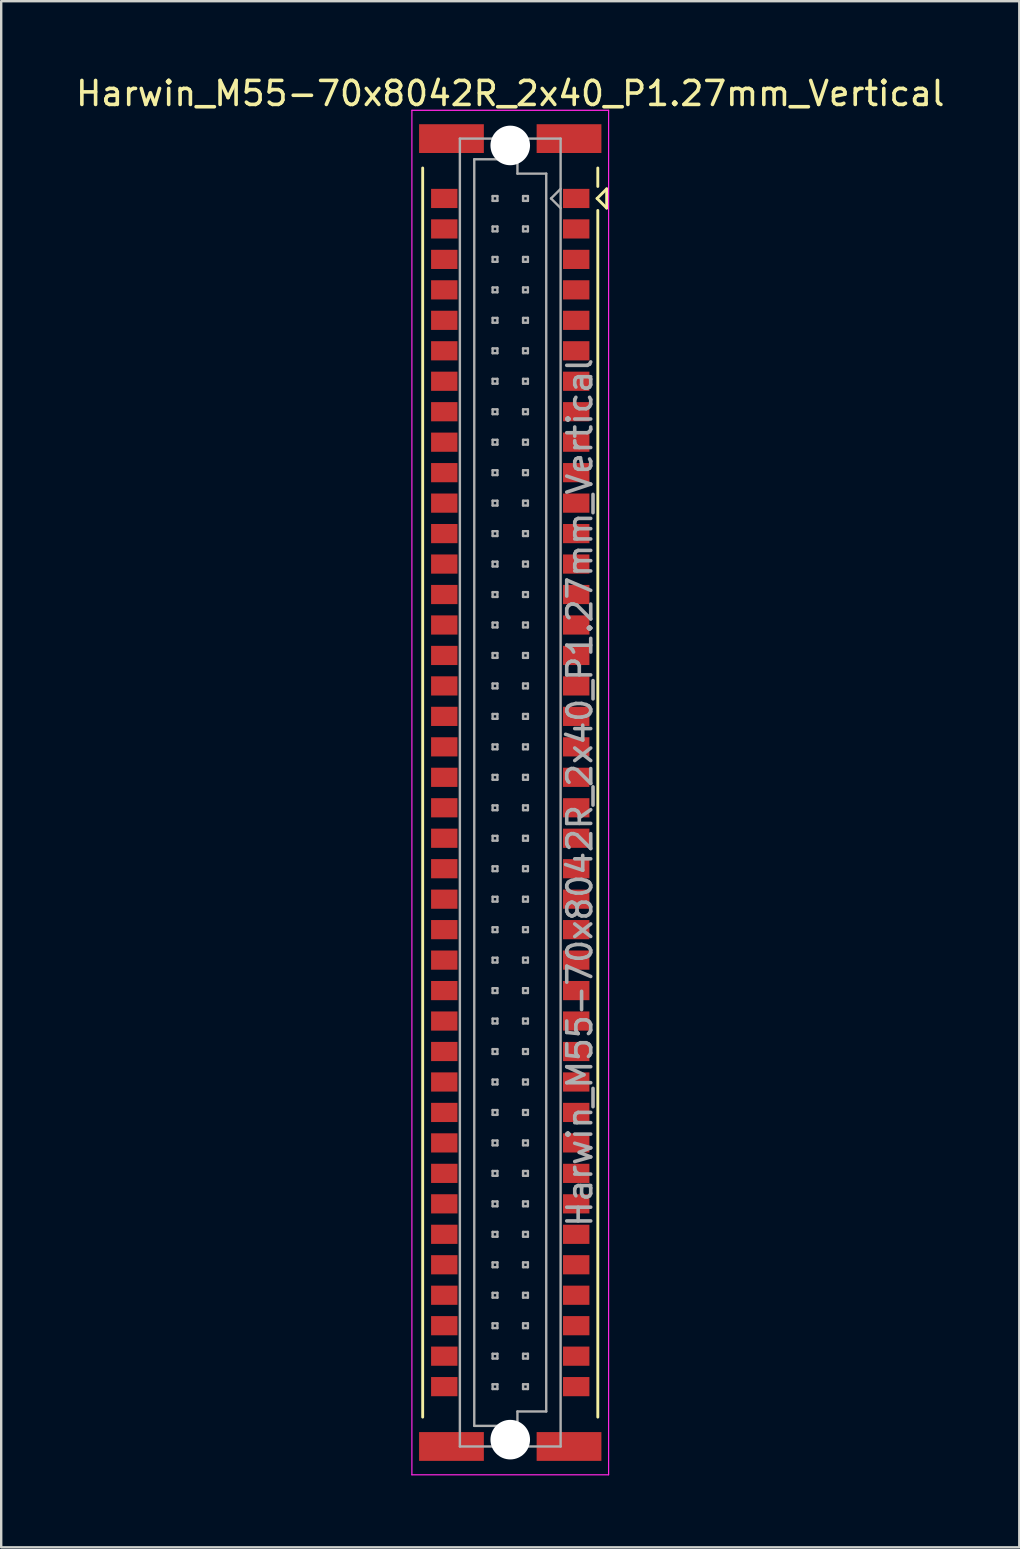
<source format=kicad_pcb>
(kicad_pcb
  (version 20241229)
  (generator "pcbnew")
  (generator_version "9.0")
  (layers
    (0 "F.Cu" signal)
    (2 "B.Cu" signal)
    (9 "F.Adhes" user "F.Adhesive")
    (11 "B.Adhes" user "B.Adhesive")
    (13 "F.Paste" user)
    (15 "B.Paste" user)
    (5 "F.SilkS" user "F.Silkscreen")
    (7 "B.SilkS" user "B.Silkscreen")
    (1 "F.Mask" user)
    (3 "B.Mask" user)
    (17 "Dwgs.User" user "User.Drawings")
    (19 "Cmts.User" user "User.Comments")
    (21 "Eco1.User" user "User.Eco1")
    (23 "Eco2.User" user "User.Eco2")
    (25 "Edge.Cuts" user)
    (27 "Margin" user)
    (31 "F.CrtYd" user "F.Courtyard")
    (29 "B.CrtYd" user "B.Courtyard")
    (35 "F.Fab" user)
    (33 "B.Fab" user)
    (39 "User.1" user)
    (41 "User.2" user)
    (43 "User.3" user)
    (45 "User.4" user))
  (footprint "Harwin_M55-70x8042R_2x40_P1.27mm_Vertical"
    (layer "F.Cu")
    (at 18.22 29.988)
    (property "Reference" "Harwin_M55-70x8042R_2x40_P1.27mm_Vertical" (at 0 -29.14 0) (layer "F.SilkS") (effects (font (size 1 1) (thickness 0.15))))
    (attr smd)
    (fp_line (start -3.65 26.035) (end -3.65 -26.035) (stroke (width 0.12) (type solid)) (layer "F.SilkS"))
    (fp_line (start 3.62 -24.765) (end 4.02 -25.165) (stroke (width 0.12) (type solid)) (layer "F.SilkS"))
    (fp_line (start 3.65 -25.265) (end 3.65 -26.035) (stroke (width 0.12) (type solid)) (layer "F.SilkS"))
    (fp_line (start 3.65 -24.265) (end 3.65 26.035) (stroke (width 0.12) (type solid)) (layer "F.SilkS"))
    (fp_line (start 4.02 -25.165) (end 4.02 -24.365) (stroke (width 0.12) (type solid)) (layer "F.SilkS"))
    (fp_line (start 4.02 -24.365) (end 3.62 -24.765) (stroke (width 0.12) (type solid)) (layer "F.SilkS"))
    (fp_line (start -4.1 -28.44) (end 4.1 -28.44) (stroke (width 0.05) (type solid)) (layer "F.CrtYd"))
    (fp_line (start -4.1 28.44) (end -4.1 -28.44) (stroke (width 0.05) (type solid)) (layer "F.CrtYd"))
    (fp_line (start 4.1 -28.44) (end 4.1 28.44) (stroke (width 0.05) (type solid)) (layer "F.CrtYd"))
    (fp_line (start 4.1 28.44) (end -4.1 28.44) (stroke (width 0.05) (type solid)) (layer "F.CrtYd"))
    (fp_line (start -2.1 -27.26) (end -2.1 27.26) (stroke (width 0.1) (type solid)) (layer "F.Fab"))
    (fp_line (start -2.1 27.26) (end 2.1 27.26) (stroke (width 0.1) (type solid)) (layer "F.Fab"))
    (fp_line (start -1.5 -26.4) (end -1.5 26.4) (stroke (width 0.1) (type solid)) (layer "F.Fab"))
    (fp_line (start -1.5 26.4) (end 0.3 26.4) (stroke (width 0.1) (type solid)) (layer "F.Fab"))
    (fp_line (start -0.735 -24.865) (end -0.735 -24.665) (stroke (width 0.1) (type solid)) (layer "F.Fab"))
    (fp_line (start -0.735 -24.665) (end -0.535 -24.665) (stroke (width 0.1) (type solid)) (layer "F.Fab"))
    (fp_line (start -0.735 -23.595) (end -0.735 -23.395) (stroke (width 0.1) (type solid)) (layer "F.Fab"))
    (fp_line (start -0.735 -23.395) (end -0.535 -23.395) (stroke (width 0.1) (type solid)) (layer "F.Fab"))
    (fp_line (start -0.735 -22.325) (end -0.735 -22.125) (stroke (width 0.1) (type solid)) (layer "F.Fab"))
    (fp_line (start -0.735 -22.125) (end -0.535 -22.125) (stroke (width 0.1) (type solid)) (layer "F.Fab"))
    (fp_line (start -0.735 -21.055) (end -0.735 -20.855) (stroke (width 0.1) (type solid)) (layer "F.Fab"))
    (fp_line (start -0.735 -20.855) (end -0.535 -20.855) (stroke (width 0.1) (type solid)) (layer "F.Fab"))
    (fp_line (start -0.735 -19.785) (end -0.735 -19.585) (stroke (width 0.1) (type solid)) (layer "F.Fab"))
    (fp_line (start -0.735 -19.585) (end -0.535 -19.585) (stroke (width 0.1) (type solid)) (layer "F.Fab"))
    (fp_line (start -0.735 -18.515) (end -0.735 -18.315) (stroke (width 0.1) (type solid)) (layer "F.Fab"))
    (fp_line (start -0.735 -18.315) (end -0.535 -18.315) (stroke (width 0.1) (type solid)) (layer "F.Fab"))
    (fp_line (start -0.735 -17.245) (end -0.735 -17.045) (stroke (width 0.1) (type solid)) (layer "F.Fab"))
    (fp_line (start -0.735 -17.045) (end -0.535 -17.045) (stroke (width 0.1) (type solid)) (layer "F.Fab"))
    (fp_line (start -0.735 -15.975) (end -0.735 -15.775) (stroke (width 0.1) (type solid)) (layer "F.Fab"))
    (fp_line (start -0.735 -15.775) (end -0.535 -15.775) (stroke (width 0.1) (type solid)) (layer "F.Fab"))
    (fp_line (start -0.735 -14.705) (end -0.735 -14.505) (stroke (width 0.1) (type solid)) (layer "F.Fab"))
    (fp_line (start -0.735 -14.505) (end -0.535 -14.505) (stroke (width 0.1) (type solid)) (layer "F.Fab"))
    (fp_line (start -0.735 -13.435) (end -0.735 -13.235) (stroke (width 0.1) (type solid)) (layer "F.Fab"))
    (fp_line (start -0.735 -13.235) (end -0.535 -13.235) (stroke (width 0.1) (type solid)) (layer "F.Fab"))
    (fp_line (start -0.735 -12.165) (end -0.735 -11.965) (stroke (width 0.1) (type solid)) (layer "F.Fab"))
    (fp_line (start -0.735 -11.965) (end -0.535 -11.965) (stroke (width 0.1) (type solid)) (layer "F.Fab"))
    (fp_line (start -0.735 -10.895) (end -0.735 -10.695) (stroke (width 0.1) (type solid)) (layer "F.Fab"))
    (fp_line (start -0.735 -10.695) (end -0.535 -10.695) (stroke (width 0.1) (type solid)) (layer "F.Fab"))
    (fp_line (start -0.735 -9.625) (end -0.735 -9.425) (stroke (width 0.1) (type solid)) (layer "F.Fab"))
    (fp_line (start -0.735 -9.425) (end -0.535 -9.425) (stroke (width 0.1) (type solid)) (layer "F.Fab"))
    (fp_line (start -0.735 -8.355) (end -0.735 -8.155) (stroke (width 0.1) (type solid)) (layer "F.Fab"))
    (fp_line (start -0.735 -8.155) (end -0.535 -8.155) (stroke (width 0.1) (type solid)) (layer "F.Fab"))
    (fp_line (start -0.735 -7.085) (end -0.735 -6.885) (stroke (width 0.1) (type solid)) (layer "F.Fab"))
    (fp_line (start -0.735 -6.885) (end -0.535 -6.885) (stroke (width 0.1) (type solid)) (layer "F.Fab"))
    (fp_line (start -0.735 -5.815) (end -0.735 -5.615) (stroke (width 0.1) (type solid)) (layer "F.Fab"))
    (fp_line (start -0.735 -5.615) (end -0.535 -5.615) (stroke (width 0.1) (type solid)) (layer "F.Fab"))
    (fp_line (start -0.735 -4.545) (end -0.735 -4.345) (stroke (width 0.1) (type solid)) (layer "F.Fab"))
    (fp_line (start -0.735 -4.345) (end -0.535 -4.345) (stroke (width 0.1) (type solid)) (layer "F.Fab"))
    (fp_line (start -0.735 -3.275) (end -0.735 -3.075) (stroke (width 0.1) (type solid)) (layer "F.Fab"))
    (fp_line (start -0.735 -3.075) (end -0.535 -3.075) (stroke (width 0.1) (type solid)) (layer "F.Fab"))
    (fp_line (start -0.735 -2.005) (end -0.735 -1.805) (stroke (width 0.1) (type solid)) (layer "F.Fab"))
    (fp_line (start -0.735 -1.805) (end -0.535 -1.805) (stroke (width 0.1) (type solid)) (layer "F.Fab"))
    (fp_line (start -0.735 -0.735) (end -0.735 -0.535) (stroke (width 0.1) (type solid)) (layer "F.Fab"))
    (fp_line (start -0.735 -0.535) (end -0.535 -0.535) (stroke (width 0.1) (type solid)) (layer "F.Fab"))
    (fp_line (start -0.735 0.535) (end -0.735 0.735) (stroke (width 0.1) (type solid)) (layer "F.Fab"))
    (fp_line (start -0.735 0.735) (end -0.535 0.735) (stroke (width 0.1) (type solid)) (layer "F.Fab"))
    (fp_line (start -0.735 1.805) (end -0.735 2.005) (stroke (width 0.1) (type solid)) (layer "F.Fab"))
    (fp_line (start -0.735 2.005) (end -0.535 2.005) (stroke (width 0.1) (type solid)) (layer "F.Fab"))
    (fp_line (start -0.735 3.075) (end -0.735 3.275) (stroke (width 0.1) (type solid)) (layer "F.Fab"))
    (fp_line (start -0.735 3.275) (end -0.535 3.275) (stroke (width 0.1) (type solid)) (layer "F.Fab"))
    (fp_line (start -0.735 4.345) (end -0.735 4.545) (stroke (width 0.1) (type solid)) (layer "F.Fab"))
    (fp_line (start -0.735 4.545) (end -0.535 4.545) (stroke (width 0.1) (type solid)) (layer "F.Fab"))
    (fp_line (start -0.735 5.615) (end -0.735 5.815) (stroke (width 0.1) (type solid)) (layer "F.Fab"))
    (fp_line (start -0.735 5.815) (end -0.535 5.815) (stroke (width 0.1) (type solid)) (layer "F.Fab"))
    (fp_line (start -0.735 6.885) (end -0.735 7.085) (stroke (width 0.1) (type solid)) (layer "F.Fab"))
    (fp_line (start -0.735 7.085) (end -0.535 7.085) (stroke (width 0.1) (type solid)) (layer "F.Fab"))
    (fp_line (start -0.735 8.155) (end -0.735 8.355) (stroke (width 0.1) (type solid)) (layer "F.Fab"))
    (fp_line (start -0.735 8.355) (end -0.535 8.355) (stroke (width 0.1) (type solid)) (layer "F.Fab"))
    (fp_line (start -0.735 9.425) (end -0.735 9.625) (stroke (width 0.1) (type solid)) (layer "F.Fab"))
    (fp_line (start -0.735 9.625) (end -0.535 9.625) (stroke (width 0.1) (type solid)) (layer "F.Fab"))
    (fp_line (start -0.735 10.695) (end -0.735 10.895) (stroke (width 0.1) (type solid)) (layer "F.Fab"))
    (fp_line (start -0.735 10.895) (end -0.535 10.895) (stroke (width 0.1) (type solid)) (layer "F.Fab"))
    (fp_line (start -0.735 11.965) (end -0.735 12.165) (stroke (width 0.1) (type solid)) (layer "F.Fab"))
    (fp_line (start -0.735 12.165) (end -0.535 12.165) (stroke (width 0.1) (type solid)) (layer "F.Fab"))
    (fp_line (start -0.735 13.235) (end -0.735 13.435) (stroke (width 0.1) (type solid)) (layer "F.Fab"))
    (fp_line (start -0.735 13.435) (end -0.535 13.435) (stroke (width 0.1) (type solid)) (layer "F.Fab"))
    (fp_line (start -0.735 14.505) (end -0.735 14.705) (stroke (width 0.1) (type solid)) (layer "F.Fab"))
    (fp_line (start -0.735 14.705) (end -0.535 14.705) (stroke (width 0.1) (type solid)) (layer "F.Fab"))
    (fp_line (start -0.735 15.775) (end -0.735 15.975) (stroke (width 0.1) (type solid)) (layer "F.Fab"))
    (fp_line (start -0.735 15.975) (end -0.535 15.975) (stroke (width 0.1) (type solid)) (layer "F.Fab"))
    (fp_line (start -0.735 17.045) (end -0.735 17.245) (stroke (width 0.1) (type solid)) (layer "F.Fab"))
    (fp_line (start -0.735 17.245) (end -0.535 17.245) (stroke (width 0.1) (type solid)) (layer "F.Fab"))
    (fp_line (start -0.735 18.315) (end -0.735 18.515) (stroke (width 0.1) (type solid)) (layer "F.Fab"))
    (fp_line (start -0.735 18.515) (end -0.535 18.515) (stroke (width 0.1) (type solid)) (layer "F.Fab"))
    (fp_line (start -0.735 19.585) (end -0.735 19.785) (stroke (width 0.1) (type solid)) (layer "F.Fab"))
    (fp_line (start -0.735 19.785) (end -0.535 19.785) (stroke (width 0.1) (type solid)) (layer "F.Fab"))
    (fp_line (start -0.735 20.855) (end -0.735 21.055) (stroke (width 0.1) (type solid)) (layer "F.Fab"))
    (fp_line (start -0.735 21.055) (end -0.535 21.055) (stroke (width 0.1) (type solid)) (layer "F.Fab"))
    (fp_line (start -0.735 22.125) (end -0.735 22.325) (stroke (width 0.1) (type solid)) (layer "F.Fab"))
    (fp_line (start -0.735 22.325) (end -0.535 22.325) (stroke (width 0.1) (type solid)) (layer "F.Fab"))
    (fp_line (start -0.735 23.395) (end -0.735 23.595) (stroke (width 0.1) (type solid)) (layer "F.Fab"))
    (fp_line (start -0.735 23.595) (end -0.535 23.595) (stroke (width 0.1) (type solid)) (layer "F.Fab"))
    (fp_line (start -0.735 24.665) (end -0.735 24.865) (stroke (width 0.1) (type solid)) (layer "F.Fab"))
    (fp_line (start -0.735 24.865) (end -0.535 24.865) (stroke (width 0.1) (type solid)) (layer "F.Fab"))
    (fp_line (start -0.535 -24.865) (end -0.735 -24.865) (stroke (width 0.1) (type solid)) (layer "F.Fab"))
    (fp_line (start -0.535 -24.665) (end -0.535 -24.865) (stroke (width 0.1) (type solid)) (layer "F.Fab"))
    (fp_line (start -0.535 -23.595) (end -0.735 -23.595) (stroke (width 0.1) (type solid)) (layer "F.Fab"))
    (fp_line (start -0.535 -23.395) (end -0.535 -23.595) (stroke (width 0.1) (type solid)) (layer "F.Fab"))
    (fp_line (start -0.535 -22.325) (end -0.735 -22.325) (stroke (width 0.1) (type solid)) (layer "F.Fab"))
    (fp_line (start -0.535 -22.125) (end -0.535 -22.325) (stroke (width 0.1) (type solid)) (layer "F.Fab"))
    (fp_line (start -0.535 -21.055) (end -0.735 -21.055) (stroke (width 0.1) (type solid)) (layer "F.Fab"))
    (fp_line (start -0.535 -20.855) (end -0.535 -21.055) (stroke (width 0.1) (type solid)) (layer "F.Fab"))
    (fp_line (start -0.535 -19.785) (end -0.735 -19.785) (stroke (width 0.1) (type solid)) (layer "F.Fab"))
    (fp_line (start -0.535 -19.585) (end -0.535 -19.785) (stroke (width 0.1) (type solid)) (layer "F.Fab"))
    (fp_line (start -0.535 -18.515) (end -0.735 -18.515) (stroke (width 0.1) (type solid)) (layer "F.Fab"))
    (fp_line (start -0.535 -18.315) (end -0.535 -18.515) (stroke (width 0.1) (type solid)) (layer "F.Fab"))
    (fp_line (start -0.535 -17.245) (end -0.735 -17.245) (stroke (width 0.1) (type solid)) (layer "F.Fab"))
    (fp_line (start -0.535 -17.045) (end -0.535 -17.245) (stroke (width 0.1) (type solid)) (layer "F.Fab"))
    (fp_line (start -0.535 -15.975) (end -0.735 -15.975) (stroke (width 0.1) (type solid)) (layer "F.Fab"))
    (fp_line (start -0.535 -15.775) (end -0.535 -15.975) (stroke (width 0.1) (type solid)) (layer "F.Fab"))
    (fp_line (start -0.535 -14.705) (end -0.735 -14.705) (stroke (width 0.1) (type solid)) (layer "F.Fab"))
    (fp_line (start -0.535 -14.505) (end -0.535 -14.705) (stroke (width 0.1) (type solid)) (layer "F.Fab"))
    (fp_line (start -0.535 -13.435) (end -0.735 -13.435) (stroke (width 0.1) (type solid)) (layer "F.Fab"))
    (fp_line (start -0.535 -13.235) (end -0.535 -13.435) (stroke (width 0.1) (type solid)) (layer "F.Fab"))
    (fp_line (start -0.535 -12.165) (end -0.735 -12.165) (stroke (width 0.1) (type solid)) (layer "F.Fab"))
    (fp_line (start -0.535 -11.965) (end -0.535 -12.165) (stroke (width 0.1) (type solid)) (layer "F.Fab"))
    (fp_line (start -0.535 -10.895) (end -0.735 -10.895) (stroke (width 0.1) (type solid)) (layer "F.Fab"))
    (fp_line (start -0.535 -10.695) (end -0.535 -10.895) (stroke (width 0.1) (type solid)) (layer "F.Fab"))
    (fp_line (start -0.535 -9.625) (end -0.735 -9.625) (stroke (width 0.1) (type solid)) (layer "F.Fab"))
    (fp_line (start -0.535 -9.425) (end -0.535 -9.625) (stroke (width 0.1) (type solid)) (layer "F.Fab"))
    (fp_line (start -0.535 -8.355) (end -0.735 -8.355) (stroke (width 0.1) (type solid)) (layer "F.Fab"))
    (fp_line (start -0.535 -8.155) (end -0.535 -8.355) (stroke (width 0.1) (type solid)) (layer "F.Fab"))
    (fp_line (start -0.535 -7.085) (end -0.735 -7.085) (stroke (width 0.1) (type solid)) (layer "F.Fab"))
    (fp_line (start -0.535 -6.885) (end -0.535 -7.085) (stroke (width 0.1) (type solid)) (layer "F.Fab"))
    (fp_line (start -0.535 -5.815) (end -0.735 -5.815) (stroke (width 0.1) (type solid)) (layer "F.Fab"))
    (fp_line (start -0.535 -5.615) (end -0.535 -5.815) (stroke (width 0.1) (type solid)) (layer "F.Fab"))
    (fp_line (start -0.535 -4.545) (end -0.735 -4.545) (stroke (width 0.1) (type solid)) (layer "F.Fab"))
    (fp_line (start -0.535 -4.345) (end -0.535 -4.545) (stroke (width 0.1) (type solid)) (layer "F.Fab"))
    (fp_line (start -0.535 -3.275) (end -0.735 -3.275) (stroke (width 0.1) (type solid)) (layer "F.Fab"))
    (fp_line (start -0.535 -3.075) (end -0.535 -3.275) (stroke (width 0.1) (type solid)) (layer "F.Fab"))
    (fp_line (start -0.535 -2.005) (end -0.735 -2.005) (stroke (width 0.1) (type solid)) (layer "F.Fab"))
    (fp_line (start -0.535 -1.805) (end -0.535 -2.005) (stroke (width 0.1) (type solid)) (layer "F.Fab"))
    (fp_line (start -0.535 -0.735) (end -0.735 -0.735) (stroke (width 0.1) (type solid)) (layer "F.Fab"))
    (fp_line (start -0.535 -0.535) (end -0.535 -0.735) (stroke (width 0.1) (type solid)) (layer "F.Fab"))
    (fp_line (start -0.535 0.535) (end -0.735 0.535) (stroke (width 0.1) (type solid)) (layer "F.Fab"))
    (fp_line (start -0.535 0.735) (end -0.535 0.535) (stroke (width 0.1) (type solid)) (layer "F.Fab"))
    (fp_line (start -0.535 1.805) (end -0.735 1.805) (stroke (width 0.1) (type solid)) (layer "F.Fab"))
    (fp_line (start -0.535 2.005) (end -0.535 1.805) (stroke (width 0.1) (type solid)) (layer "F.Fab"))
    (fp_line (start -0.535 3.075) (end -0.735 3.075) (stroke (width 0.1) (type solid)) (layer "F.Fab"))
    (fp_line (start -0.535 3.275) (end -0.535 3.075) (stroke (width 0.1) (type solid)) (layer "F.Fab"))
    (fp_line (start -0.535 4.345) (end -0.735 4.345) (stroke (width 0.1) (type solid)) (layer "F.Fab"))
    (fp_line (start -0.535 4.545) (end -0.535 4.345) (stroke (width 0.1) (type solid)) (layer "F.Fab"))
    (fp_line (start -0.535 5.615) (end -0.735 5.615) (stroke (width 0.1) (type solid)) (layer "F.Fab"))
    (fp_line (start -0.535 5.815) (end -0.535 5.615) (stroke (width 0.1) (type solid)) (layer "F.Fab"))
    (fp_line (start -0.535 6.885) (end -0.735 6.885) (stroke (width 0.1) (type solid)) (layer "F.Fab"))
    (fp_line (start -0.535 7.085) (end -0.535 6.885) (stroke (width 0.1) (type solid)) (layer "F.Fab"))
    (fp_line (start -0.535 8.155) (end -0.735 8.155) (stroke (width 0.1) (type solid)) (layer "F.Fab"))
    (fp_line (start -0.535 8.355) (end -0.535 8.155) (stroke (width 0.1) (type solid)) (layer "F.Fab"))
    (fp_line (start -0.535 9.425) (end -0.735 9.425) (stroke (width 0.1) (type solid)) (layer "F.Fab"))
    (fp_line (start -0.535 9.625) (end -0.535 9.425) (stroke (width 0.1) (type solid)) (layer "F.Fab"))
    (fp_line (start -0.535 10.695) (end -0.735 10.695) (stroke (width 0.1) (type solid)) (layer "F.Fab"))
    (fp_line (start -0.535 10.895) (end -0.535 10.695) (stroke (width 0.1) (type solid)) (layer "F.Fab"))
    (fp_line (start -0.535 11.965) (end -0.735 11.965) (stroke (width 0.1) (type solid)) (layer "F.Fab"))
    (fp_line (start -0.535 12.165) (end -0.535 11.965) (stroke (width 0.1) (type solid)) (layer "F.Fab"))
    (fp_line (start -0.535 13.235) (end -0.735 13.235) (stroke (width 0.1) (type solid)) (layer "F.Fab"))
    (fp_line (start -0.535 13.435) (end -0.535 13.235) (stroke (width 0.1) (type solid)) (layer "F.Fab"))
    (fp_line (start -0.535 14.505) (end -0.735 14.505) (stroke (width 0.1) (type solid)) (layer "F.Fab"))
    (fp_line (start -0.535 14.705) (end -0.535 14.505) (stroke (width 0.1) (type solid)) (layer "F.Fab"))
    (fp_line (start -0.535 15.775) (end -0.735 15.775) (stroke (width 0.1) (type solid)) (layer "F.Fab"))
    (fp_line (start -0.535 15.975) (end -0.535 15.775) (stroke (width 0.1) (type solid)) (layer "F.Fab"))
    (fp_line (start -0.535 17.045) (end -0.735 17.045) (stroke (width 0.1) (type solid)) (layer "F.Fab"))
    (fp_line (start -0.535 17.245) (end -0.535 17.045) (stroke (width 0.1) (type solid)) (layer "F.Fab"))
    (fp_line (start -0.535 18.315) (end -0.735 18.315) (stroke (width 0.1) (type solid)) (layer "F.Fab"))
    (fp_line (start -0.535 18.515) (end -0.535 18.315) (stroke (width 0.1) (type solid)) (layer "F.Fab"))
    (fp_line (start -0.535 19.585) (end -0.735 19.585) (stroke (width 0.1) (type solid)) (layer "F.Fab"))
    (fp_line (start -0.535 19.785) (end -0.535 19.585) (stroke (width 0.1) (type solid)) (layer "F.Fab"))
    (fp_line (start -0.535 20.855) (end -0.735 20.855) (stroke (width 0.1) (type solid)) (layer "F.Fab"))
    (fp_line (start -0.535 21.055) (end -0.535 20.855) (stroke (width 0.1) (type solid)) (layer "F.Fab"))
    (fp_line (start -0.535 22.125) (end -0.735 22.125) (stroke (width 0.1) (type solid)) (layer "F.Fab"))
    (fp_line (start -0.535 22.325) (end -0.535 22.125) (stroke (width 0.1) (type solid)) (layer "F.Fab"))
    (fp_line (start -0.535 23.395) (end -0.735 23.395) (stroke (width 0.1) (type solid)) (layer "F.Fab"))
    (fp_line (start -0.535 23.595) (end -0.535 23.395) (stroke (width 0.1) (type solid)) (layer "F.Fab"))
    (fp_line (start -0.535 24.665) (end -0.735 24.665) (stroke (width 0.1) (type solid)) (layer "F.Fab"))
    (fp_line (start -0.535 24.865) (end -0.535 24.665) (stroke (width 0.1) (type solid)) (layer "F.Fab"))
    (fp_line (start 0.3 -26.4) (end -1.5 -26.4) (stroke (width 0.1) (type solid)) (layer "F.Fab"))
    (fp_line (start 0.3 -25.8) (end 0.3 -26.4) (stroke (width 0.1) (type solid)) (layer "F.Fab"))
    (fp_line (start 0.3 25.8) (end 1.5 25.8) (stroke (width 0.1) (type solid)) (layer "F.Fab"))
    (fp_line (start 0.3 26.4) (end 0.3 25.8) (stroke (width 0.1) (type solid)) (layer "F.Fab"))
    (fp_line (start 0.535 -24.865) (end 0.535 -24.665) (stroke (width 0.1) (type solid)) (layer "F.Fab"))
    (fp_line (start 0.535 -24.665) (end 0.735 -24.665) (stroke (width 0.1) (type solid)) (layer "F.Fab"))
    (fp_line (start 0.535 -23.595) (end 0.535 -23.395) (stroke (width 0.1) (type solid)) (layer "F.Fab"))
    (fp_line (start 0.535 -23.395) (end 0.735 -23.395) (stroke (width 0.1) (type solid)) (layer "F.Fab"))
    (fp_line (start 0.535 -22.325) (end 0.535 -22.125) (stroke (width 0.1) (type solid)) (layer "F.Fab"))
    (fp_line (start 0.535 -22.125) (end 0.735 -22.125) (stroke (width 0.1) (type solid)) (layer "F.Fab"))
    (fp_line (start 0.535 -21.055) (end 0.535 -20.855) (stroke (width 0.1) (type solid)) (layer "F.Fab"))
    (fp_line (start 0.535 -20.855) (end 0.735 -20.855) (stroke (width 0.1) (type solid)) (layer "F.Fab"))
    (fp_line (start 0.535 -19.785) (end 0.535 -19.585) (stroke (width 0.1) (type solid)) (layer "F.Fab"))
    (fp_line (start 0.535 -19.585) (end 0.735 -19.585) (stroke (width 0.1) (type solid)) (layer "F.Fab"))
    (fp_line (start 0.535 -18.515) (end 0.535 -18.315) (stroke (width 0.1) (type solid)) (layer "F.Fab"))
    (fp_line (start 0.535 -18.315) (end 0.735 -18.315) (stroke (width 0.1) (type solid)) (layer "F.Fab"))
    (fp_line (start 0.535 -17.245) (end 0.535 -17.045) (stroke (width 0.1) (type solid)) (layer "F.Fab"))
    (fp_line (start 0.535 -17.045) (end 0.735 -17.045) (stroke (width 0.1) (type solid)) (layer "F.Fab"))
    (fp_line (start 0.535 -15.975) (end 0.535 -15.775) (stroke (width 0.1) (type solid)) (layer "F.Fab"))
    (fp_line (start 0.535 -15.775) (end 0.735 -15.775) (stroke (width 0.1) (type solid)) (layer "F.Fab"))
    (fp_line (start 0.535 -14.705) (end 0.535 -14.505) (stroke (width 0.1) (type solid)) (layer "F.Fab"))
    (fp_line (start 0.535 -14.505) (end 0.735 -14.505) (stroke (width 0.1) (type solid)) (layer "F.Fab"))
    (fp_line (start 0.535 -13.435) (end 0.535 -13.235) (stroke (width 0.1) (type solid)) (layer "F.Fab"))
    (fp_line (start 0.535 -13.235) (end 0.735 -13.235) (stroke (width 0.1) (type solid)) (layer "F.Fab"))
    (fp_line (start 0.535 -12.165) (end 0.535 -11.965) (stroke (width 0.1) (type solid)) (layer "F.Fab"))
    (fp_line (start 0.535 -11.965) (end 0.735 -11.965) (stroke (width 0.1) (type solid)) (layer "F.Fab"))
    (fp_line (start 0.535 -10.895) (end 0.535 -10.695) (stroke (width 0.1) (type solid)) (layer "F.Fab"))
    (fp_line (start 0.535 -10.695) (end 0.735 -10.695) (stroke (width 0.1) (type solid)) (layer "F.Fab"))
    (fp_line (start 0.535 -9.625) (end 0.535 -9.425) (stroke (width 0.1) (type solid)) (layer "F.Fab"))
    (fp_line (start 0.535 -9.425) (end 0.735 -9.425) (stroke (width 0.1) (type solid)) (layer "F.Fab"))
    (fp_line (start 0.535 -8.355) (end 0.535 -8.155) (stroke (width 0.1) (type solid)) (layer "F.Fab"))
    (fp_line (start 0.535 -8.155) (end 0.735 -8.155) (stroke (width 0.1) (type solid)) (layer "F.Fab"))
    (fp_line (start 0.535 -7.085) (end 0.535 -6.885) (stroke (width 0.1) (type solid)) (layer "F.Fab"))
    (fp_line (start 0.535 -6.885) (end 0.735 -6.885) (stroke (width 0.1) (type solid)) (layer "F.Fab"))
    (fp_line (start 0.535 -5.815) (end 0.535 -5.615) (stroke (width 0.1) (type solid)) (layer "F.Fab"))
    (fp_line (start 0.535 -5.615) (end 0.735 -5.615) (stroke (width 0.1) (type solid)) (layer "F.Fab"))
    (fp_line (start 0.535 -4.545) (end 0.535 -4.345) (stroke (width 0.1) (type solid)) (layer "F.Fab"))
    (fp_line (start 0.535 -4.345) (end 0.735 -4.345) (stroke (width 0.1) (type solid)) (layer "F.Fab"))
    (fp_line (start 0.535 -3.275) (end 0.535 -3.075) (stroke (width 0.1) (type solid)) (layer "F.Fab"))
    (fp_line (start 0.535 -3.075) (end 0.735 -3.075) (stroke (width 0.1) (type solid)) (layer "F.Fab"))
    (fp_line (start 0.535 -2.005) (end 0.535 -1.805) (stroke (width 0.1) (type solid)) (layer "F.Fab"))
    (fp_line (start 0.535 -1.805) (end 0.735 -1.805) (stroke (width 0.1) (type solid)) (layer "F.Fab"))
    (fp_line (start 0.535 -0.735) (end 0.535 -0.535) (stroke (width 0.1) (type solid)) (layer "F.Fab"))
    (fp_line (start 0.535 -0.535) (end 0.735 -0.535) (stroke (width 0.1) (type solid)) (layer "F.Fab"))
    (fp_line (start 0.535 0.535) (end 0.535 0.735) (stroke (width 0.1) (type solid)) (layer "F.Fab"))
    (fp_line (start 0.535 0.735) (end 0.735 0.735) (stroke (width 0.1) (type solid)) (layer "F.Fab"))
    (fp_line (start 0.535 1.805) (end 0.535 2.005) (stroke (width 0.1) (type solid)) (layer "F.Fab"))
    (fp_line (start 0.535 2.005) (end 0.735 2.005) (stroke (width 0.1) (type solid)) (layer "F.Fab"))
    (fp_line (start 0.535 3.075) (end 0.535 3.275) (stroke (width 0.1) (type solid)) (layer "F.Fab"))
    (fp_line (start 0.535 3.275) (end 0.735 3.275) (stroke (width 0.1) (type solid)) (layer "F.Fab"))
    (fp_line (start 0.535 4.345) (end 0.535 4.545) (stroke (width 0.1) (type solid)) (layer "F.Fab"))
    (fp_line (start 0.535 4.545) (end 0.735 4.545) (stroke (width 0.1) (type solid)) (layer "F.Fab"))
    (fp_line (start 0.535 5.615) (end 0.535 5.815) (stroke (width 0.1) (type solid)) (layer "F.Fab"))
    (fp_line (start 0.535 5.815) (end 0.735 5.815) (stroke (width 0.1) (type solid)) (layer "F.Fab"))
    (fp_line (start 0.535 6.885) (end 0.535 7.085) (stroke (width 0.1) (type solid)) (layer "F.Fab"))
    (fp_line (start 0.535 7.085) (end 0.735 7.085) (stroke (width 0.1) (type solid)) (layer "F.Fab"))
    (fp_line (start 0.535 8.155) (end 0.535 8.355) (stroke (width 0.1) (type solid)) (layer "F.Fab"))
    (fp_line (start 0.535 8.355) (end 0.735 8.355) (stroke (width 0.1) (type solid)) (layer "F.Fab"))
    (fp_line (start 0.535 9.425) (end 0.535 9.625) (stroke (width 0.1) (type solid)) (layer "F.Fab"))
    (fp_line (start 0.535 9.625) (end 0.735 9.625) (stroke (width 0.1) (type solid)) (layer "F.Fab"))
    (fp_line (start 0.535 10.695) (end 0.535 10.895) (stroke (width 0.1) (type solid)) (layer "F.Fab"))
    (fp_line (start 0.535 10.895) (end 0.735 10.895) (stroke (width 0.1) (type solid)) (layer "F.Fab"))
    (fp_line (start 0.535 11.965) (end 0.535 12.165) (stroke (width 0.1) (type solid)) (layer "F.Fab"))
    (fp_line (start 0.535 12.165) (end 0.735 12.165) (stroke (width 0.1) (type solid)) (layer "F.Fab"))
    (fp_line (start 0.535 13.235) (end 0.535 13.435) (stroke (width 0.1) (type solid)) (layer "F.Fab"))
    (fp_line (start 0.535 13.435) (end 0.735 13.435) (stroke (width 0.1) (type solid)) (layer "F.Fab"))
    (fp_line (start 0.535 14.505) (end 0.535 14.705) (stroke (width 0.1) (type solid)) (layer "F.Fab"))
    (fp_line (start 0.535 14.705) (end 0.735 14.705) (stroke (width 0.1) (type solid)) (layer "F.Fab"))
    (fp_line (start 0.535 15.775) (end 0.535 15.975) (stroke (width 0.1) (type solid)) (layer "F.Fab"))
    (fp_line (start 0.535 15.975) (end 0.735 15.975) (stroke (width 0.1) (type solid)) (layer "F.Fab"))
    (fp_line (start 0.535 17.045) (end 0.535 17.245) (stroke (width 0.1) (type solid)) (layer "F.Fab"))
    (fp_line (start 0.535 17.245) (end 0.735 17.245) (stroke (width 0.1) (type solid)) (layer "F.Fab"))
    (fp_line (start 0.535 18.315) (end 0.535 18.515) (stroke (width 0.1) (type solid)) (layer "F.Fab"))
    (fp_line (start 0.535 18.515) (end 0.735 18.515) (stroke (width 0.1) (type solid)) (layer "F.Fab"))
    (fp_line (start 0.535 19.585) (end 0.535 19.785) (stroke (width 0.1) (type solid)) (layer "F.Fab"))
    (fp_line (start 0.535 19.785) (end 0.735 19.785) (stroke (width 0.1) (type solid)) (layer "F.Fab"))
    (fp_line (start 0.535 20.855) (end 0.535 21.055) (stroke (width 0.1) (type solid)) (layer "F.Fab"))
    (fp_line (start 0.535 21.055) (end 0.735 21.055) (stroke (width 0.1) (type solid)) (layer "F.Fab"))
    (fp_line (start 0.535 22.125) (end 0.535 22.325) (stroke (width 0.1) (type solid)) (layer "F.Fab"))
    (fp_line (start 0.535 22.325) (end 0.735 22.325) (stroke (width 0.1) (type solid)) (layer "F.Fab"))
    (fp_line (start 0.535 23.395) (end 0.535 23.595) (stroke (width 0.1) (type solid)) (layer "F.Fab"))
    (fp_line (start 0.535 23.595) (end 0.735 23.595) (stroke (width 0.1) (type solid)) (layer "F.Fab"))
    (fp_line (start 0.535 24.665) (end 0.535 24.865) (stroke (width 0.1) (type solid)) (layer "F.Fab"))
    (fp_line (start 0.535 24.865) (end 0.735 24.865) (stroke (width 0.1) (type solid)) (layer "F.Fab"))
    (fp_line (start 0.735 -24.865) (end 0.535 -24.865) (stroke (width 0.1) (type solid)) (layer "F.Fab"))
    (fp_line (start 0.735 -24.665) (end 0.735 -24.865) (stroke (width 0.1) (type solid)) (layer "F.Fab"))
    (fp_line (start 0.735 -23.595) (end 0.535 -23.595) (stroke (width 0.1) (type solid)) (layer "F.Fab"))
    (fp_line (start 0.735 -23.395) (end 0.735 -23.595) (stroke (width 0.1) (type solid)) (layer "F.Fab"))
    (fp_line (start 0.735 -22.325) (end 0.535 -22.325) (stroke (width 0.1) (type solid)) (layer "F.Fab"))
    (fp_line (start 0.735 -22.125) (end 0.735 -22.325) (stroke (width 0.1) (type solid)) (layer "F.Fab"))
    (fp_line (start 0.735 -21.055) (end 0.535 -21.055) (stroke (width 0.1) (type solid)) (layer "F.Fab"))
    (fp_line (start 0.735 -20.855) (end 0.735 -21.055) (stroke (width 0.1) (type solid)) (layer "F.Fab"))
    (fp_line (start 0.735 -19.785) (end 0.535 -19.785) (stroke (width 0.1) (type solid)) (layer "F.Fab"))
    (fp_line (start 0.735 -19.585) (end 0.735 -19.785) (stroke (width 0.1) (type solid)) (layer "F.Fab"))
    (fp_line (start 0.735 -18.515) (end 0.535 -18.515) (stroke (width 0.1) (type solid)) (layer "F.Fab"))
    (fp_line (start 0.735 -18.315) (end 0.735 -18.515) (stroke (width 0.1) (type solid)) (layer "F.Fab"))
    (fp_line (start 0.735 -17.245) (end 0.535 -17.245) (stroke (width 0.1) (type solid)) (layer "F.Fab"))
    (fp_line (start 0.735 -17.045) (end 0.735 -17.245) (stroke (width 0.1) (type solid)) (layer "F.Fab"))
    (fp_line (start 0.735 -15.975) (end 0.535 -15.975) (stroke (width 0.1) (type solid)) (layer "F.Fab"))
    (fp_line (start 0.735 -15.775) (end 0.735 -15.975) (stroke (width 0.1) (type solid)) (layer "F.Fab"))
    (fp_line (start 0.735 -14.705) (end 0.535 -14.705) (stroke (width 0.1) (type solid)) (layer "F.Fab"))
    (fp_line (start 0.735 -14.505) (end 0.735 -14.705) (stroke (width 0.1) (type solid)) (layer "F.Fab"))
    (fp_line (start 0.735 -13.435) (end 0.535 -13.435) (stroke (width 0.1) (type solid)) (layer "F.Fab"))
    (fp_line (start 0.735 -13.235) (end 0.735 -13.435) (stroke (width 0.1) (type solid)) (layer "F.Fab"))
    (fp_line (start 0.735 -12.165) (end 0.535 -12.165) (stroke (width 0.1) (type solid)) (layer "F.Fab"))
    (fp_line (start 0.735 -11.965) (end 0.735 -12.165) (stroke (width 0.1) (type solid)) (layer "F.Fab"))
    (fp_line (start 0.735 -10.895) (end 0.535 -10.895) (stroke (width 0.1) (type solid)) (layer "F.Fab"))
    (fp_line (start 0.735 -10.695) (end 0.735 -10.895) (stroke (width 0.1) (type solid)) (layer "F.Fab"))
    (fp_line (start 0.735 -9.625) (end 0.535 -9.625) (stroke (width 0.1) (type solid)) (layer "F.Fab"))
    (fp_line (start 0.735 -9.425) (end 0.735 -9.625) (stroke (width 0.1) (type solid)) (layer "F.Fab"))
    (fp_line (start 0.735 -8.355) (end 0.535 -8.355) (stroke (width 0.1) (type solid)) (layer "F.Fab"))
    (fp_line (start 0.735 -8.155) (end 0.735 -8.355) (stroke (width 0.1) (type solid)) (layer "F.Fab"))
    (fp_line (start 0.735 -7.085) (end 0.535 -7.085) (stroke (width 0.1) (type solid)) (layer "F.Fab"))
    (fp_line (start 0.735 -6.885) (end 0.735 -7.085) (stroke (width 0.1) (type solid)) (layer "F.Fab"))
    (fp_line (start 0.735 -5.815) (end 0.535 -5.815) (stroke (width 0.1) (type solid)) (layer "F.Fab"))
    (fp_line (start 0.735 -5.615) (end 0.735 -5.815) (stroke (width 0.1) (type solid)) (layer "F.Fab"))
    (fp_line (start 0.735 -4.545) (end 0.535 -4.545) (stroke (width 0.1) (type solid)) (layer "F.Fab"))
    (fp_line (start 0.735 -4.345) (end 0.735 -4.545) (stroke (width 0.1) (type solid)) (layer "F.Fab"))
    (fp_line (start 0.735 -3.275) (end 0.535 -3.275) (stroke (width 0.1) (type solid)) (layer "F.Fab"))
    (fp_line (start 0.735 -3.075) (end 0.735 -3.275) (stroke (width 0.1) (type solid)) (layer "F.Fab"))
    (fp_line (start 0.735 -2.005) (end 0.535 -2.005) (stroke (width 0.1) (type solid)) (layer "F.Fab"))
    (fp_line (start 0.735 -1.805) (end 0.735 -2.005) (stroke (width 0.1) (type solid)) (layer "F.Fab"))
    (fp_line (start 0.735 -0.735) (end 0.535 -0.735) (stroke (width 0.1) (type solid)) (layer "F.Fab"))
    (fp_line (start 0.735 -0.535) (end 0.735 -0.735) (stroke (width 0.1) (type solid)) (layer "F.Fab"))
    (fp_line (start 0.735 0.535) (end 0.535 0.535) (stroke (width 0.1) (type solid)) (layer "F.Fab"))
    (fp_line (start 0.735 0.735) (end 0.735 0.535) (stroke (width 0.1) (type solid)) (layer "F.Fab"))
    (fp_line (start 0.735 1.805) (end 0.535 1.805) (stroke (width 0.1) (type solid)) (layer "F.Fab"))
    (fp_line (start 0.735 2.005) (end 0.735 1.805) (stroke (width 0.1) (type solid)) (layer "F.Fab"))
    (fp_line (start 0.735 3.075) (end 0.535 3.075) (stroke (width 0.1) (type solid)) (layer "F.Fab"))
    (fp_line (start 0.735 3.275) (end 0.735 3.075) (stroke (width 0.1) (type solid)) (layer "F.Fab"))
    (fp_line (start 0.735 4.345) (end 0.535 4.345) (stroke (width 0.1) (type solid)) (layer "F.Fab"))
    (fp_line (start 0.735 4.545) (end 0.735 4.345) (stroke (width 0.1) (type solid)) (layer "F.Fab"))
    (fp_line (start 0.735 5.615) (end 0.535 5.615) (stroke (width 0.1) (type solid)) (layer "F.Fab"))
    (fp_line (start 0.735 5.815) (end 0.735 5.615) (stroke (width 0.1) (type solid)) (layer "F.Fab"))
    (fp_line (start 0.735 6.885) (end 0.535 6.885) (stroke (width 0.1) (type solid)) (layer "F.Fab"))
    (fp_line (start 0.735 7.085) (end 0.735 6.885) (stroke (width 0.1) (type solid)) (layer "F.Fab"))
    (fp_line (start 0.735 8.155) (end 0.535 8.155) (stroke (width 0.1) (type solid)) (layer "F.Fab"))
    (fp_line (start 0.735 8.355) (end 0.735 8.155) (stroke (width 0.1) (type solid)) (layer "F.Fab"))
    (fp_line (start 0.735 9.425) (end 0.535 9.425) (stroke (width 0.1) (type solid)) (layer "F.Fab"))
    (fp_line (start 0.735 9.625) (end 0.735 9.425) (stroke (width 0.1) (type solid)) (layer "F.Fab"))
    (fp_line (start 0.735 10.695) (end 0.535 10.695) (stroke (width 0.1) (type solid)) (layer "F.Fab"))
    (fp_line (start 0.735 10.895) (end 0.735 10.695) (stroke (width 0.1) (type solid)) (layer "F.Fab"))
    (fp_line (start 0.735 11.965) (end 0.535 11.965) (stroke (width 0.1) (type solid)) (layer "F.Fab"))
    (fp_line (start 0.735 12.165) (end 0.735 11.965) (stroke (width 0.1) (type solid)) (layer "F.Fab"))
    (fp_line (start 0.735 13.235) (end 0.535 13.235) (stroke (width 0.1) (type solid)) (layer "F.Fab"))
    (fp_line (start 0.735 13.435) (end 0.735 13.235) (stroke (width 0.1) (type solid)) (layer "F.Fab"))
    (fp_line (start 0.735 14.505) (end 0.535 14.505) (stroke (width 0.1) (type solid)) (layer "F.Fab"))
    (fp_line (start 0.735 14.705) (end 0.735 14.505) (stroke (width 0.1) (type solid)) (layer "F.Fab"))
    (fp_line (start 0.735 15.775) (end 0.535 15.775) (stroke (width 0.1) (type solid)) (layer "F.Fab"))
    (fp_line (start 0.735 15.975) (end 0.735 15.775) (stroke (width 0.1) (type solid)) (layer "F.Fab"))
    (fp_line (start 0.735 17.045) (end 0.535 17.045) (stroke (width 0.1) (type solid)) (layer "F.Fab"))
    (fp_line (start 0.735 17.245) (end 0.735 17.045) (stroke (width 0.1) (type solid)) (layer "F.Fab"))
    (fp_line (start 0.735 18.315) (end 0.535 18.315) (stroke (width 0.1) (type solid)) (layer "F.Fab"))
    (fp_line (start 0.735 18.515) (end 0.735 18.315) (stroke (width 0.1) (type solid)) (layer "F.Fab"))
    (fp_line (start 0.735 19.585) (end 0.535 19.585) (stroke (width 0.1) (type solid)) (layer "F.Fab"))
    (fp_line (start 0.735 19.785) (end 0.735 19.585) (stroke (width 0.1) (type solid)) (layer "F.Fab"))
    (fp_line (start 0.735 20.855) (end 0.535 20.855) (stroke (width 0.1) (type solid)) (layer "F.Fab"))
    (fp_line (start 0.735 21.055) (end 0.735 20.855) (stroke (width 0.1) (type solid)) (layer "F.Fab"))
    (fp_line (start 0.735 22.125) (end 0.535 22.125) (stroke (width 0.1) (type solid)) (layer "F.Fab"))
    (fp_line (start 0.735 22.325) (end 0.735 22.125) (stroke (width 0.1) (type solid)) (layer "F.Fab"))
    (fp_line (start 0.735 23.395) (end 0.535 23.395) (stroke (width 0.1) (type solid)) (layer "F.Fab"))
    (fp_line (start 0.735 23.595) (end 0.735 23.395) (stroke (width 0.1) (type solid)) (layer "F.Fab"))
    (fp_line (start 0.735 24.665) (end 0.535 24.665) (stroke (width 0.1) (type solid)) (layer "F.Fab"))
    (fp_line (start 0.735 24.865) (end 0.735 24.665) (stroke (width 0.1) (type solid)) (layer "F.Fab"))
    (fp_line (start 1.5 -25.8) (end 0.3 -25.8) (stroke (width 0.1) (type solid)) (layer "F.Fab"))
    (fp_line (start 1.5 25.8) (end 1.5 -25.8) (stroke (width 0.1) (type solid)) (layer "F.Fab"))
    (fp_line (start 1.7 -24.765) (end 2.1 -25.165) (stroke (width 0.1) (type solid)) (layer "F.Fab"))
    (fp_line (start 2.1 -27.26) (end -2.1 -27.26) (stroke (width 0.1) (type solid)) (layer "F.Fab"))
    (fp_line (start 2.1 -24.365) (end 1.7 -24.765) (stroke (width 0.1) (type solid)) (layer "F.Fab"))
    (fp_line (start 2.1 27.26) (end 2.1 -27.26) (stroke (width 0.1) (type solid)) (layer "F.Fab"))
    (fp_text user "${REFERENCE}" (at 2.9 0 90) (layer "F.Fab") (effects (font (size 1 1) (thickness 0.15))))
    (pad "" smd rect (at -2.45 -27.26) (size 2.7 1.2) (layers "F.Cu" "F.Mask" "F.Paste"))
    (pad "" smd rect (at -2.45 27.26) (size 2.7 1.2) (layers "F.Cu" "F.Mask" "F.Paste"))
    (pad "" np_thru_hole circle (at 0 -26.975) (size 1.65 1.65) (drill 1.65) (layers "*.Cu" "*.Mask"))
    (pad "" np_thru_hole circle (at 0 26.975) (size 1.65 1.65) (drill 1.65) (layers "*.Cu" "*.Mask"))
    (pad "" smd rect (at 2.45 -27.26) (size 2.7 1.2) (layers "F.Cu" "F.Mask" "F.Paste"))
    (pad "" smd rect (at 2.45 27.26) (size 2.7 1.2) (layers "F.Cu" "F.Mask" "F.Paste"))
    (pad "1" smd rect (at 2.75 -24.765) (size 1.1 0.8) (layers "F.Cu" "F.Mask" "F.Paste"))
    (pad "2" smd rect (at -2.75 -24.765) (size 1.1 0.8) (layers "F.Cu" "F.Mask" "F.Paste"))
    (pad "3" smd rect (at 2.75 -23.495) (size 1.1 0.8) (layers "F.Cu" "F.Mask" "F.Paste"))
    (pad "4" smd rect (at -2.75 -23.495) (size 1.1 0.8) (layers "F.Cu" "F.Mask" "F.Paste"))
    (pad "5" smd rect (at 2.75 -22.225) (size 1.1 0.8) (layers "F.Cu" "F.Mask" "F.Paste"))
    (pad "6" smd rect (at -2.75 -22.225) (size 1.1 0.8) (layers "F.Cu" "F.Mask" "F.Paste"))
    (pad "7" smd rect (at 2.75 -20.955) (size 1.1 0.8) (layers "F.Cu" "F.Mask" "F.Paste"))
    (pad "8" smd rect (at -2.75 -20.955) (size 1.1 0.8) (layers "F.Cu" "F.Mask" "F.Paste"))
    (pad "9" smd rect (at 2.75 -19.685) (size 1.1 0.8) (layers "F.Cu" "F.Mask" "F.Paste"))
    (pad "10" smd rect (at -2.75 -19.685) (size 1.1 0.8) (layers "F.Cu" "F.Mask" "F.Paste"))
    (pad "11" smd rect (at 2.75 -18.415) (size 1.1 0.8) (layers "F.Cu" "F.Mask" "F.Paste"))
    (pad "12" smd rect (at -2.75 -18.415) (size 1.1 0.8) (layers "F.Cu" "F.Mask" "F.Paste"))
    (pad "13" smd rect (at 2.75 -17.145) (size 1.1 0.8) (layers "F.Cu" "F.Mask" "F.Paste"))
    (pad "14" smd rect (at -2.75 -17.145) (size 1.1 0.8) (layers "F.Cu" "F.Mask" "F.Paste"))
    (pad "15" smd rect (at 2.75 -15.875) (size 1.1 0.8) (layers "F.Cu" "F.Mask" "F.Paste"))
    (pad "16" smd rect (at -2.75 -15.875) (size 1.1 0.8) (layers "F.Cu" "F.Mask" "F.Paste"))
    (pad "17" smd rect (at 2.75 -14.605) (size 1.1 0.8) (layers "F.Cu" "F.Mask" "F.Paste"))
    (pad "18" smd rect (at -2.75 -14.605) (size 1.1 0.8) (layers "F.Cu" "F.Mask" "F.Paste"))
    (pad "19" smd rect (at 2.75 -13.335) (size 1.1 0.8) (layers "F.Cu" "F.Mask" "F.Paste"))
    (pad "20" smd rect (at -2.75 -13.335) (size 1.1 0.8) (layers "F.Cu" "F.Mask" "F.Paste"))
    (pad "21" smd rect (at 2.75 -12.065) (size 1.1 0.8) (layers "F.Cu" "F.Mask" "F.Paste"))
    (pad "22" smd rect (at -2.75 -12.065) (size 1.1 0.8) (layers "F.Cu" "F.Mask" "F.Paste"))
    (pad "23" smd rect (at 2.75 -10.795) (size 1.1 0.8) (layers "F.Cu" "F.Mask" "F.Paste"))
    (pad "24" smd rect (at -2.75 -10.795) (size 1.1 0.8) (layers "F.Cu" "F.Mask" "F.Paste"))
    (pad "25" smd rect (at 2.75 -9.525) (size 1.1 0.8) (layers "F.Cu" "F.Mask" "F.Paste"))
    (pad "26" smd rect (at -2.75 -9.525) (size 1.1 0.8) (layers "F.Cu" "F.Mask" "F.Paste"))
    (pad "27" smd rect (at 2.75 -8.255) (size 1.1 0.8) (layers "F.Cu" "F.Mask" "F.Paste"))
    (pad "28" smd rect (at -2.75 -8.255) (size 1.1 0.8) (layers "F.Cu" "F.Mask" "F.Paste"))
    (pad "29" smd rect (at 2.75 -6.985) (size 1.1 0.8) (layers "F.Cu" "F.Mask" "F.Paste"))
    (pad "30" smd rect (at -2.75 -6.985) (size 1.1 0.8) (layers "F.Cu" "F.Mask" "F.Paste"))
    (pad "31" smd rect (at 2.75 -5.715) (size 1.1 0.8) (layers "F.Cu" "F.Mask" "F.Paste"))
    (pad "32" smd rect (at -2.75 -5.715) (size 1.1 0.8) (layers "F.Cu" "F.Mask" "F.Paste"))
    (pad "33" smd rect (at 2.75 -4.445) (size 1.1 0.8) (layers "F.Cu" "F.Mask" "F.Paste"))
    (pad "34" smd rect (at -2.75 -4.445) (size 1.1 0.8) (layers "F.Cu" "F.Mask" "F.Paste"))
    (pad "35" smd rect (at 2.75 -3.175) (size 1.1 0.8) (layers "F.Cu" "F.Mask" "F.Paste"))
    (pad "36" smd rect (at -2.75 -3.175) (size 1.1 0.8) (layers "F.Cu" "F.Mask" "F.Paste"))
    (pad "37" smd rect (at 2.75 -1.905) (size 1.1 0.8) (layers "F.Cu" "F.Mask" "F.Paste"))
    (pad "38" smd rect (at -2.75 -1.905) (size 1.1 0.8) (layers "F.Cu" "F.Mask" "F.Paste"))
    (pad "39" smd rect (at 2.75 -0.635) (size 1.1 0.8) (layers "F.Cu" "F.Mask" "F.Paste"))
    (pad "40" smd rect (at -2.75 -0.635) (size 1.1 0.8) (layers "F.Cu" "F.Mask" "F.Paste"))
    (pad "41" smd rect (at 2.75 0.635) (size 1.1 0.8) (layers "F.Cu" "F.Mask" "F.Paste"))
    (pad "42" smd rect (at -2.75 0.635) (size 1.1 0.8) (layers "F.Cu" "F.Mask" "F.Paste"))
    (pad "43" smd rect (at 2.75 1.905) (size 1.1 0.8) (layers "F.Cu" "F.Mask" "F.Paste"))
    (pad "44" smd rect (at -2.75 1.905) (size 1.1 0.8) (layers "F.Cu" "F.Mask" "F.Paste"))
    (pad "45" smd rect (at 2.75 3.175) (size 1.1 0.8) (layers "F.Cu" "F.Mask" "F.Paste"))
    (pad "46" smd rect (at -2.75 3.175) (size 1.1 0.8) (layers "F.Cu" "F.Mask" "F.Paste"))
    (pad "47" smd rect (at 2.75 4.445) (size 1.1 0.8) (layers "F.Cu" "F.Mask" "F.Paste"))
    (pad "48" smd rect (at -2.75 4.445) (size 1.1 0.8) (layers "F.Cu" "F.Mask" "F.Paste"))
    (pad "49" smd rect (at 2.75 5.715) (size 1.1 0.8) (layers "F.Cu" "F.Mask" "F.Paste"))
    (pad "50" smd rect (at -2.75 5.715) (size 1.1 0.8) (layers "F.Cu" "F.Mask" "F.Paste"))
    (pad "51" smd rect (at 2.75 6.985) (size 1.1 0.8) (layers "F.Cu" "F.Mask" "F.Paste"))
    (pad "52" smd rect (at -2.75 6.985) (size 1.1 0.8) (layers "F.Cu" "F.Mask" "F.Paste"))
    (pad "53" smd rect (at 2.75 8.255) (size 1.1 0.8) (layers "F.Cu" "F.Mask" "F.Paste"))
    (pad "54" smd rect (at -2.75 8.255) (size 1.1 0.8) (layers "F.Cu" "F.Mask" "F.Paste"))
    (pad "55" smd rect (at 2.75 9.525) (size 1.1 0.8) (layers "F.Cu" "F.Mask" "F.Paste"))
    (pad "56" smd rect (at -2.75 9.525) (size 1.1 0.8) (layers "F.Cu" "F.Mask" "F.Paste"))
    (pad "57" smd rect (at 2.75 10.795) (size 1.1 0.8) (layers "F.Cu" "F.Mask" "F.Paste"))
    (pad "58" smd rect (at -2.75 10.795) (size 1.1 0.8) (layers "F.Cu" "F.Mask" "F.Paste"))
    (pad "59" smd rect (at 2.75 12.065) (size 1.1 0.8) (layers "F.Cu" "F.Mask" "F.Paste"))
    (pad "60" smd rect (at -2.75 12.065) (size 1.1 0.8) (layers "F.Cu" "F.Mask" "F.Paste"))
    (pad "61" smd rect (at 2.75 13.335) (size 1.1 0.8) (layers "F.Cu" "F.Mask" "F.Paste"))
    (pad "62" smd rect (at -2.75 13.335) (size 1.1 0.8) (layers "F.Cu" "F.Mask" "F.Paste"))
    (pad "63" smd rect (at 2.75 14.605) (size 1.1 0.8) (layers "F.Cu" "F.Mask" "F.Paste"))
    (pad "64" smd rect (at -2.75 14.605) (size 1.1 0.8) (layers "F.Cu" "F.Mask" "F.Paste"))
    (pad "65" smd rect (at 2.75 15.875) (size 1.1 0.8) (layers "F.Cu" "F.Mask" "F.Paste"))
    (pad "66" smd rect (at -2.75 15.875) (size 1.1 0.8) (layers "F.Cu" "F.Mask" "F.Paste"))
    (pad "67" smd rect (at 2.75 17.145) (size 1.1 0.8) (layers "F.Cu" "F.Mask" "F.Paste"))
    (pad "68" smd rect (at -2.75 17.145) (size 1.1 0.8) (layers "F.Cu" "F.Mask" "F.Paste"))
    (pad "69" smd rect (at 2.75 18.415) (size 1.1 0.8) (layers "F.Cu" "F.Mask" "F.Paste"))
    (pad "70" smd rect (at -2.75 18.415) (size 1.1 0.8) (layers "F.Cu" "F.Mask" "F.Paste"))
    (pad "71" smd rect (at 2.75 19.685) (size 1.1 0.8) (layers "F.Cu" "F.Mask" "F.Paste"))
    (pad "72" smd rect (at -2.75 19.685) (size 1.1 0.8) (layers "F.Cu" "F.Mask" "F.Paste"))
    (pad "73" smd rect (at 2.75 20.955) (size 1.1 0.8) (layers "F.Cu" "F.Mask" "F.Paste"))
    (pad "74" smd rect (at -2.75 20.955) (size 1.1 0.8) (layers "F.Cu" "F.Mask" "F.Paste"))
    (pad "75" smd rect (at 2.75 22.225) (size 1.1 0.8) (layers "F.Cu" "F.Mask" "F.Paste"))
    (pad "76" smd rect (at -2.75 22.225) (size 1.1 0.8) (layers "F.Cu" "F.Mask" "F.Paste"))
    (pad "77" smd rect (at 2.75 23.495) (size 1.1 0.8) (layers "F.Cu" "F.Mask" "F.Paste"))
    (pad "78" smd rect (at -2.75 23.495) (size 1.1 0.8) (layers "F.Cu" "F.Mask" "F.Paste"))
    (pad "79" smd rect (at 2.75 24.765) (size 1.1 0.8) (layers "F.Cu" "F.Mask" "F.Paste"))
    (pad "80" smd rect (at -2.75 24.765) (size 1.1 0.8) (layers "F.Cu" "F.Mask" "F.Paste")))
  (gr_rect
    (start -3 -3)
    (end 39.44 61.453)
    (stroke (width 0.1) (type default))
    (fill no)
    (layer "Edge.Cuts")))
</source>
